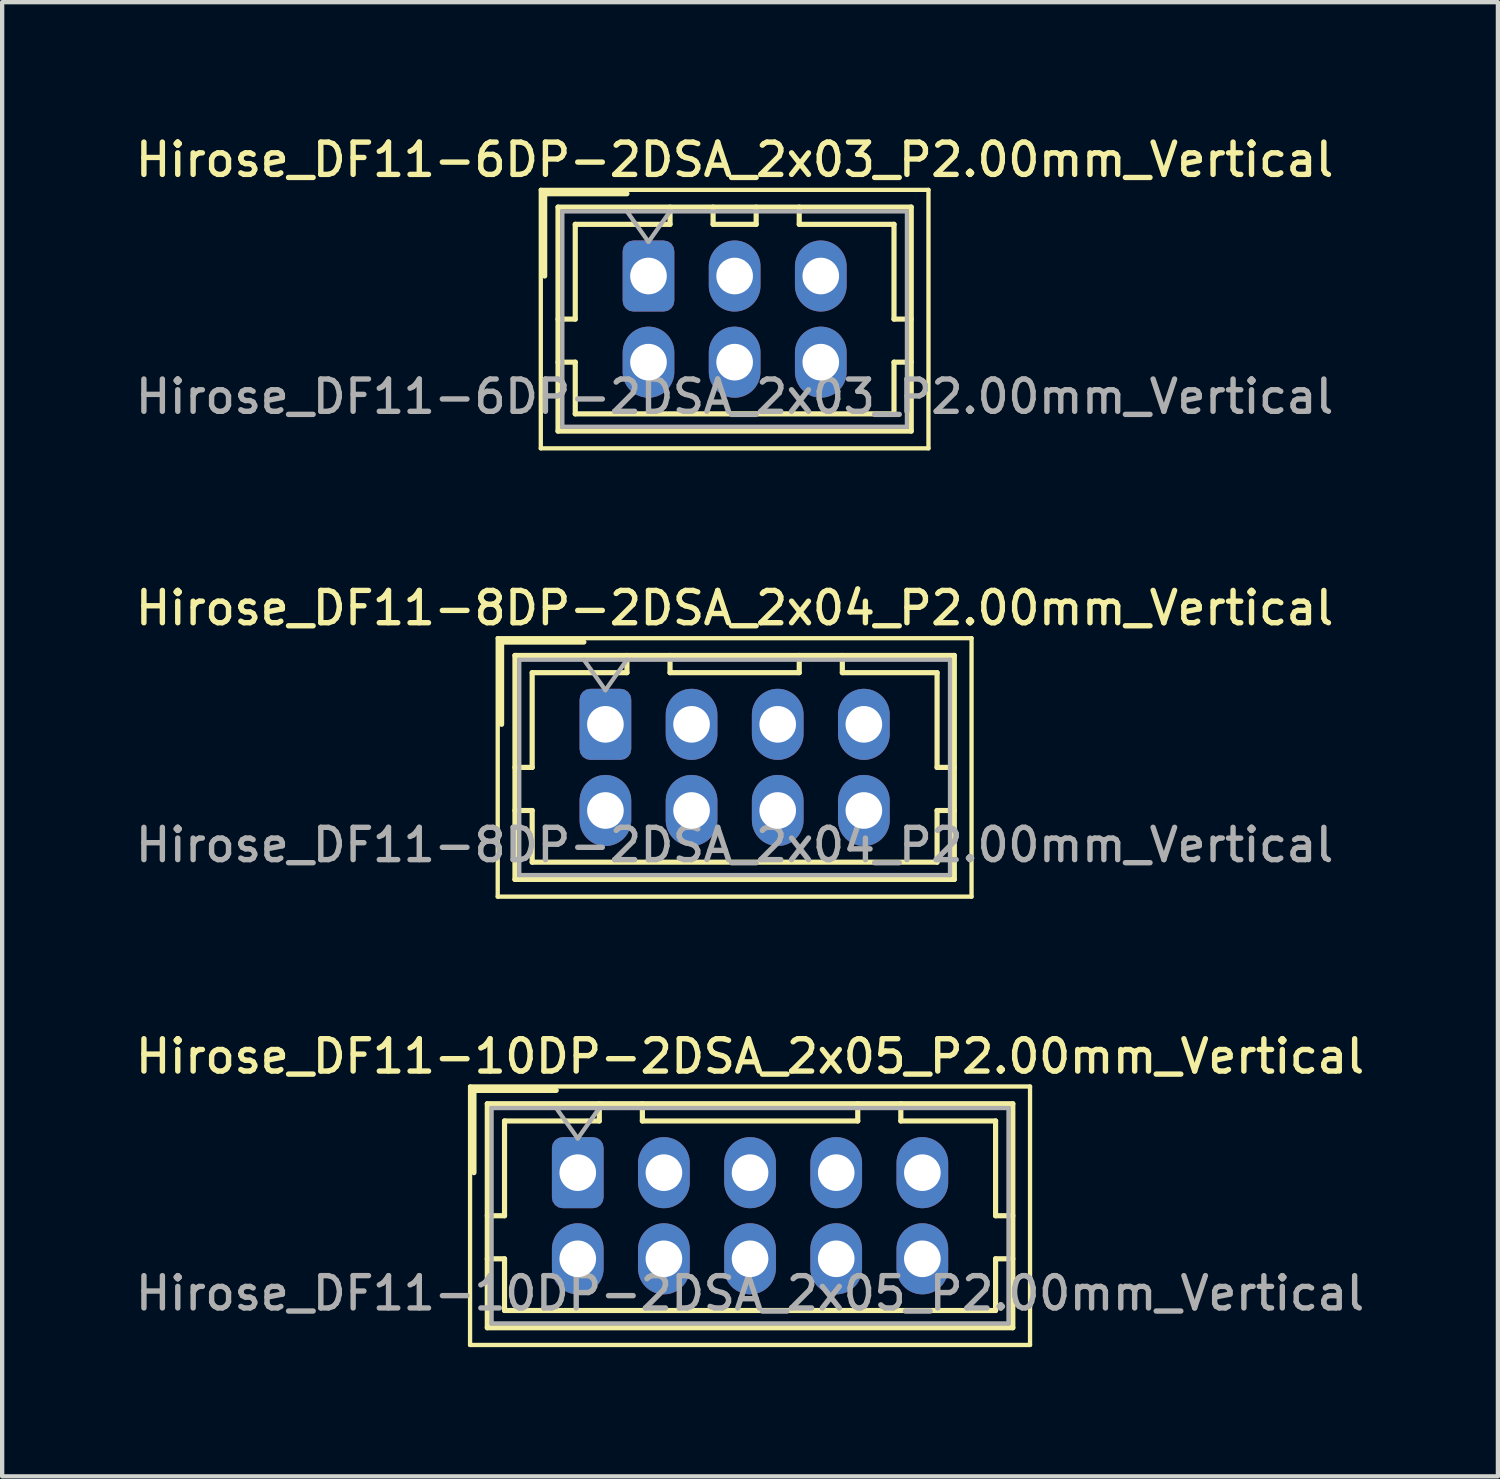
<source format=kicad_pcb>
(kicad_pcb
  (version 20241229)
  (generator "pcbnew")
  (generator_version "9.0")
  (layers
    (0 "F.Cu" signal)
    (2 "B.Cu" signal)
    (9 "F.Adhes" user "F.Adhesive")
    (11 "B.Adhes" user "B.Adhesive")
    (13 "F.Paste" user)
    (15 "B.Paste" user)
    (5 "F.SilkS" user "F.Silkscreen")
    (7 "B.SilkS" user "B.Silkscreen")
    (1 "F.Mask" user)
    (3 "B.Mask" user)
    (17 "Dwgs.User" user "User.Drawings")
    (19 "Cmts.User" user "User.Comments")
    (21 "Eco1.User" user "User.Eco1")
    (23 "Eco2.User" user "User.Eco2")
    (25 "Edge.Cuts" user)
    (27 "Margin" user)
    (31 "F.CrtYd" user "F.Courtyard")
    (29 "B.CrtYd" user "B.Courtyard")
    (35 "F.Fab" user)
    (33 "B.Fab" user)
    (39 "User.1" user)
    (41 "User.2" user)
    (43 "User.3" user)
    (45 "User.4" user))
  (footprint "Hirose_DF11-6DP-2DSA_2x03_P2.00mm_Vertical"
    (layer "F.Cu")
    (at 12.005 3.358)
    (property "Reference" "Hirose_DF11-6DP-2DSA_2x03_P2.00mm_Vertical" (at 2 -2.7 0) (layer "F.SilkS") (effects (font (size 0.75 0.75) (thickness 0.125))))
    (attr through_hole)
    (fp_line (start -2.5 -2) (end -2.5 4) (stroke (width 0.1) (type solid)) (layer "F.SilkS"))
    (fp_line (start -2.5 4) (end 6.5 4) (stroke (width 0.1) (type solid)) (layer "F.SilkS"))
    (fp_line (start -2.41 -1.91) (end -0.5 -1.91) (stroke (width 0.12) (type solid)) (layer "F.SilkS"))
    (fp_line (start -2.41 0) (end -2.41 -1.91) (stroke (width 0.12) (type solid)) (layer "F.SilkS"))
    (fp_line (start -2.1 -1.6) (end -2.1 3.6) (stroke (width 0.12) (type solid)) (layer "F.SilkS"))
    (fp_line (start -2.1 1) (end -1.7 1) (stroke (width 0.12) (type solid)) (layer "F.SilkS"))
    (fp_line (start -2.1 2) (end -1.7 2) (stroke (width 0.12) (type solid)) (layer "F.SilkS"))
    (fp_line (start -2.1 3.6) (end 6.1 3.6) (stroke (width 0.12) (type solid)) (layer "F.SilkS"))
    (fp_line (start -1.7 -1.2) (end 0.5 -1.2) (stroke (width 0.12) (type solid)) (layer "F.SilkS"))
    (fp_line (start -1.7 1) (end -1.7 -1.2) (stroke (width 0.12) (type solid)) (layer "F.SilkS"))
    (fp_line (start -1.7 2) (end -1.7 3.2) (stroke (width 0.12) (type solid)) (layer "F.SilkS"))
    (fp_line (start -1.7 3.2) (end 5.7 3.2) (stroke (width 0.12) (type solid)) (layer "F.SilkS"))
    (fp_line (start 0.5 -1.2) (end 0.5 -1.6) (stroke (width 0.12) (type solid)) (layer "F.SilkS"))
    (fp_line (start 1.5 -1.6) (end 1.5 -1.2) (stroke (width 0.12) (type solid)) (layer "F.SilkS"))
    (fp_line (start 1.5 -1.2) (end 2.5 -1.2) (stroke (width 0.12) (type solid)) (layer "F.SilkS"))
    (fp_line (start 2.5 -1.2) (end 2.5 -1.6) (stroke (width 0.12) (type solid)) (layer "F.SilkS"))
    (fp_line (start 3.5 -1.2) (end 3.5 -1.6) (stroke (width 0.12) (type solid)) (layer "F.SilkS"))
    (fp_line (start 5.7 -1.2) (end 3.5 -1.2) (stroke (width 0.12) (type solid)) (layer "F.SilkS"))
    (fp_line (start 5.7 1) (end 5.7 -1.2) (stroke (width 0.12) (type solid)) (layer "F.SilkS"))
    (fp_line (start 5.7 2) (end 6.1 2) (stroke (width 0.12) (type solid)) (layer "F.SilkS"))
    (fp_line (start 5.7 3.2) (end 5.7 2) (stroke (width 0.12) (type solid)) (layer "F.SilkS"))
    (fp_line (start 6.1 -1.6) (end -2.1 -1.6) (stroke (width 0.12) (type solid)) (layer "F.SilkS"))
    (fp_line (start 6.1 1) (end 5.7 1) (stroke (width 0.12) (type solid)) (layer "F.SilkS"))
    (fp_line (start 6.1 3.6) (end 6.1 -1.6) (stroke (width 0.12) (type solid)) (layer "F.SilkS"))
    (fp_line (start 6.5 -2) (end -2.5 -2) (stroke (width 0.1) (type solid)) (layer "F.SilkS"))
    (fp_line (start 6.5 4) (end 6.5 -2) (stroke (width 0.1) (type solid)) (layer "F.SilkS"))
    (fp_line (start -2 -1.5) (end -2 3.5) (stroke (width 0.1) (type solid)) (layer "F.Fab"))
    (fp_line (start -2 3.5) (end 6 3.5) (stroke (width 0.1) (type solid)) (layer "F.Fab"))
    (fp_line (start -0.5 -1.5) (end 0 -0.793) (stroke (width 0.1) (type solid)) (layer "F.Fab"))
    (fp_line (start 0 -0.793) (end 0.5 -1.5) (stroke (width 0.1) (type solid)) (layer "F.Fab"))
    (fp_line (start 6 -1.5) (end -2 -1.5) (stroke (width 0.1) (type solid)) (layer "F.Fab"))
    (fp_line (start 6 3.5) (end 6 -1.5) (stroke (width 0.1) (type solid)) (layer "F.Fab"))
    (fp_text user "${REFERENCE}" (at 2 2.8 0) (layer "F.Fab") (effects (font (size 0.75 0.75) (thickness 0.125))))
    (pad "1" thru_hole roundrect (at 0 0) (size 1.2 1.65) (drill 0.85) (layers "*.Cu" "*.Mask") (roundrect_rratio 0.208))
    (pad "2" thru_hole oval (at 0 2) (size 1.2 1.65) (drill 0.85) (layers "*.Cu" "*.Mask"))
    (pad "3" thru_hole oval (at 2 0) (size 1.2 1.65) (drill 0.85) (layers "*.Cu" "*.Mask"))
    (pad "4" thru_hole oval (at 2 2) (size 1.2 1.65) (drill 0.85) (layers "*.Cu" "*.Mask"))
    (pad "5" thru_hole oval (at 4 0) (size 1.2 1.65) (drill 0.85) (layers "*.Cu" "*.Mask"))
    (pad "6" thru_hole oval (at 4 2) (size 1.2 1.65) (drill 0.85) (layers "*.Cu" "*.Mask")))
  (footprint "Hirose_DF11-10DP-2DSA_2x05_P2.00mm_Vertical"
    (layer "F.Cu")
    (at 10.363 24.174)
    (property "Reference" "Hirose_DF11-10DP-2DSA_2x05_P2.00mm_Vertical" (at 4 -2.7 0) (layer "F.SilkS") (effects (font (size 0.75 0.75) (thickness 0.125))))
    (attr through_hole)
    (fp_line (start -2.5 -2) (end -2.5 4) (stroke (width 0.1) (type solid)) (layer "F.SilkS"))
    (fp_line (start -2.5 4) (end 10.5 4) (stroke (width 0.1) (type solid)) (layer "F.SilkS"))
    (fp_line (start -2.41 -1.91) (end -0.5 -1.91) (stroke (width 0.12) (type solid)) (layer "F.SilkS"))
    (fp_line (start -2.41 0) (end -2.41 -1.91) (stroke (width 0.12) (type solid)) (layer "F.SilkS"))
    (fp_line (start -2.1 -1.6) (end -2.1 3.6) (stroke (width 0.12) (type solid)) (layer "F.SilkS"))
    (fp_line (start -2.1 1) (end -1.7 1) (stroke (width 0.12) (type solid)) (layer "F.SilkS"))
    (fp_line (start -2.1 2) (end -1.7 2) (stroke (width 0.12) (type solid)) (layer "F.SilkS"))
    (fp_line (start -2.1 3.6) (end 10.1 3.6) (stroke (width 0.12) (type solid)) (layer "F.SilkS"))
    (fp_line (start -1.7 -1.2) (end 0.5 -1.2) (stroke (width 0.12) (type solid)) (layer "F.SilkS"))
    (fp_line (start -1.7 1) (end -1.7 -1.2) (stroke (width 0.12) (type solid)) (layer "F.SilkS"))
    (fp_line (start -1.7 2) (end -1.7 3.2) (stroke (width 0.12) (type solid)) (layer "F.SilkS"))
    (fp_line (start -1.7 3.2) (end 9.7 3.2) (stroke (width 0.12) (type solid)) (layer "F.SilkS"))
    (fp_line (start 0.5 -1.2) (end 0.5 -1.6) (stroke (width 0.12) (type solid)) (layer "F.SilkS"))
    (fp_line (start 1.5 -1.6) (end 1.5 -1.2) (stroke (width 0.12) (type solid)) (layer "F.SilkS"))
    (fp_line (start 1.5 -1.2) (end 6.5 -1.2) (stroke (width 0.12) (type solid)) (layer "F.SilkS"))
    (fp_line (start 6.5 -1.2) (end 6.5 -1.6) (stroke (width 0.12) (type solid)) (layer "F.SilkS"))
    (fp_line (start 7.5 -1.2) (end 7.5 -1.6) (stroke (width 0.12) (type solid)) (layer "F.SilkS"))
    (fp_line (start 9.7 -1.2) (end 7.5 -1.2) (stroke (width 0.12) (type solid)) (layer "F.SilkS"))
    (fp_line (start 9.7 1) (end 9.7 -1.2) (stroke (width 0.12) (type solid)) (layer "F.SilkS"))
    (fp_line (start 9.7 2) (end 10.1 2) (stroke (width 0.12) (type solid)) (layer "F.SilkS"))
    (fp_line (start 9.7 3.2) (end 9.7 2) (stroke (width 0.12) (type solid)) (layer "F.SilkS"))
    (fp_line (start 10.1 -1.6) (end -2.1 -1.6) (stroke (width 0.12) (type solid)) (layer "F.SilkS"))
    (fp_line (start 10.1 1) (end 9.7 1) (stroke (width 0.12) (type solid)) (layer "F.SilkS"))
    (fp_line (start 10.1 3.6) (end 10.1 -1.6) (stroke (width 0.12) (type solid)) (layer "F.SilkS"))
    (fp_line (start 10.5 -2) (end -2.5 -2) (stroke (width 0.1) (type solid)) (layer "F.SilkS"))
    (fp_line (start 10.5 4) (end 10.5 -2) (stroke (width 0.1) (type solid)) (layer "F.SilkS"))
    (fp_line (start -2 -1.5) (end -2 3.5) (stroke (width 0.1) (type solid)) (layer "F.Fab"))
    (fp_line (start -2 3.5) (end 10 3.5) (stroke (width 0.1) (type solid)) (layer "F.Fab"))
    (fp_line (start -0.5 -1.5) (end 0 -0.793) (stroke (width 0.1) (type solid)) (layer "F.Fab"))
    (fp_line (start 0 -0.793) (end 0.5 -1.5) (stroke (width 0.1) (type solid)) (layer "F.Fab"))
    (fp_line (start 10 -1.5) (end -2 -1.5) (stroke (width 0.1) (type solid)) (layer "F.Fab"))
    (fp_line (start 10 3.5) (end 10 -1.5) (stroke (width 0.1) (type solid)) (layer "F.Fab"))
    (fp_text user "${REFERENCE}" (at 4 2.8 0) (layer "F.Fab") (effects (font (size 0.75 0.75) (thickness 0.125))))
    (pad "1" thru_hole roundrect (at 0 0) (size 1.2 1.65) (drill 0.85) (layers "*.Cu" "*.Mask") (roundrect_rratio 0.208))
    (pad "2" thru_hole oval (at 0 2) (size 1.2 1.65) (drill 0.85) (layers "*.Cu" "*.Mask"))
    (pad "3" thru_hole oval (at 2 0) (size 1.2 1.65) (drill 0.85) (layers "*.Cu" "*.Mask"))
    (pad "4" thru_hole oval (at 2 2) (size 1.2 1.65) (drill 0.85) (layers "*.Cu" "*.Mask"))
    (pad "5" thru_hole oval (at 4 0) (size 1.2 1.65) (drill 0.85) (layers "*.Cu" "*.Mask"))
    (pad "6" thru_hole oval (at 4 2) (size 1.2 1.65) (drill 0.85) (layers "*.Cu" "*.Mask"))
    (pad "7" thru_hole oval (at 6 0) (size 1.2 1.65) (drill 0.85) (layers "*.Cu" "*.Mask"))
    (pad "8" thru_hole oval (at 6 2) (size 1.2 1.65) (drill 0.85) (layers "*.Cu" "*.Mask"))
    (pad "9" thru_hole oval (at 8 0) (size 1.2 1.65) (drill 0.85) (layers "*.Cu" "*.Mask"))
    (pad "10" thru_hole oval (at 8 2) (size 1.2 1.65) (drill 0.85) (layers "*.Cu" "*.Mask")))
  (footprint "Hirose_DF11-8DP-2DSA_2x04_P2.00mm_Vertical"
    (layer "F.Cu")
    (at 11.005 13.766)
    (property "Reference" "Hirose_DF11-8DP-2DSA_2x04_P2.00mm_Vertical" (at 3 -2.7 0) (layer "F.SilkS") (effects (font (size 0.75 0.75) (thickness 0.125))))
    (attr through_hole)
    (fp_line (start -2.5 -2) (end -2.5 4) (stroke (width 0.1) (type solid)) (layer "F.SilkS"))
    (fp_line (start -2.5 4) (end 8.5 4) (stroke (width 0.1) (type solid)) (layer "F.SilkS"))
    (fp_line (start -2.41 -1.91) (end -0.5 -1.91) (stroke (width 0.12) (type solid)) (layer "F.SilkS"))
    (fp_line (start -2.41 0) (end -2.41 -1.91) (stroke (width 0.12) (type solid)) (layer "F.SilkS"))
    (fp_line (start -2.1 -1.6) (end -2.1 3.6) (stroke (width 0.12) (type solid)) (layer "F.SilkS"))
    (fp_line (start -2.1 1) (end -1.7 1) (stroke (width 0.12) (type solid)) (layer "F.SilkS"))
    (fp_line (start -2.1 2) (end -1.7 2) (stroke (width 0.12) (type solid)) (layer "F.SilkS"))
    (fp_line (start -2.1 3.6) (end 8.1 3.6) (stroke (width 0.12) (type solid)) (layer "F.SilkS"))
    (fp_line (start -1.7 -1.2) (end 0.5 -1.2) (stroke (width 0.12) (type solid)) (layer "F.SilkS"))
    (fp_line (start -1.7 1) (end -1.7 -1.2) (stroke (width 0.12) (type solid)) (layer "F.SilkS"))
    (fp_line (start -1.7 2) (end -1.7 3.2) (stroke (width 0.12) (type solid)) (layer "F.SilkS"))
    (fp_line (start -1.7 3.2) (end 7.7 3.2) (stroke (width 0.12) (type solid)) (layer "F.SilkS"))
    (fp_line (start 0.5 -1.2) (end 0.5 -1.6) (stroke (width 0.12) (type solid)) (layer "F.SilkS"))
    (fp_line (start 1.5 -1.6) (end 1.5 -1.2) (stroke (width 0.12) (type solid)) (layer "F.SilkS"))
    (fp_line (start 1.5 -1.2) (end 4.5 -1.2) (stroke (width 0.12) (type solid)) (layer "F.SilkS"))
    (fp_line (start 4.5 -1.2) (end 4.5 -1.6) (stroke (width 0.12) (type solid)) (layer "F.SilkS"))
    (fp_line (start 5.5 -1.2) (end 5.5 -1.6) (stroke (width 0.12) (type solid)) (layer "F.SilkS"))
    (fp_line (start 7.7 -1.2) (end 5.5 -1.2) (stroke (width 0.12) (type solid)) (layer "F.SilkS"))
    (fp_line (start 7.7 1) (end 7.7 -1.2) (stroke (width 0.12) (type solid)) (layer "F.SilkS"))
    (fp_line (start 7.7 2) (end 8.1 2) (stroke (width 0.12) (type solid)) (layer "F.SilkS"))
    (fp_line (start 7.7 3.2) (end 7.7 2) (stroke (width 0.12) (type solid)) (layer "F.SilkS"))
    (fp_line (start 8.1 -1.6) (end -2.1 -1.6) (stroke (width 0.12) (type solid)) (layer "F.SilkS"))
    (fp_line (start 8.1 1) (end 7.7 1) (stroke (width 0.12) (type solid)) (layer "F.SilkS"))
    (fp_line (start 8.1 3.6) (end 8.1 -1.6) (stroke (width 0.12) (type solid)) (layer "F.SilkS"))
    (fp_line (start 8.5 -2) (end -2.5 -2) (stroke (width 0.1) (type solid)) (layer "F.SilkS"))
    (fp_line (start 8.5 4) (end 8.5 -2) (stroke (width 0.1) (type solid)) (layer "F.SilkS"))
    (fp_line (start -2 -1.5) (end -2 3.5) (stroke (width 0.1) (type solid)) (layer "F.Fab"))
    (fp_line (start -2 3.5) (end 8 3.5) (stroke (width 0.1) (type solid)) (layer "F.Fab"))
    (fp_line (start -0.5 -1.5) (end 0 -0.793) (stroke (width 0.1) (type solid)) (layer "F.Fab"))
    (fp_line (start 0 -0.793) (end 0.5 -1.5) (stroke (width 0.1) (type solid)) (layer "F.Fab"))
    (fp_line (start 8 -1.5) (end -2 -1.5) (stroke (width 0.1) (type solid)) (layer "F.Fab"))
    (fp_line (start 8 3.5) (end 8 -1.5) (stroke (width 0.1) (type solid)) (layer "F.Fab"))
    (fp_text user "${REFERENCE}" (at 3 2.8 0) (layer "F.Fab") (effects (font (size 0.75 0.75) (thickness 0.125))))
    (pad "1" thru_hole roundrect (at 0 0) (size 1.2 1.65) (drill 0.85) (layers "*.Cu" "*.Mask") (roundrect_rratio 0.208))
    (pad "2" thru_hole oval (at 0 2) (size 1.2 1.65) (drill 0.85) (layers "*.Cu" "*.Mask"))
    (pad "3" thru_hole oval (at 2 0) (size 1.2 1.65) (drill 0.85) (layers "*.Cu" "*.Mask"))
    (pad "4" thru_hole oval (at 2 2) (size 1.2 1.65) (drill 0.85) (layers "*.Cu" "*.Mask"))
    (pad "5" thru_hole oval (at 4 0) (size 1.2 1.65) (drill 0.85) (layers "*.Cu" "*.Mask"))
    (pad "6" thru_hole oval (at 4 2) (size 1.2 1.65) (drill 0.85) (layers "*.Cu" "*.Mask"))
    (pad "7" thru_hole oval (at 6 0) (size 1.2 1.65) (drill 0.85) (layers "*.Cu" "*.Mask"))
    (pad "8" thru_hole oval (at 6 2) (size 1.2 1.65) (drill 0.85) (layers "*.Cu" "*.Mask")))
  (gr_rect
    (start -3 -3)
    (end 31.725 31.224)
    (stroke (width 0.1) (type default))
    (fill no)
    (layer "Edge.Cuts")))
</source>
